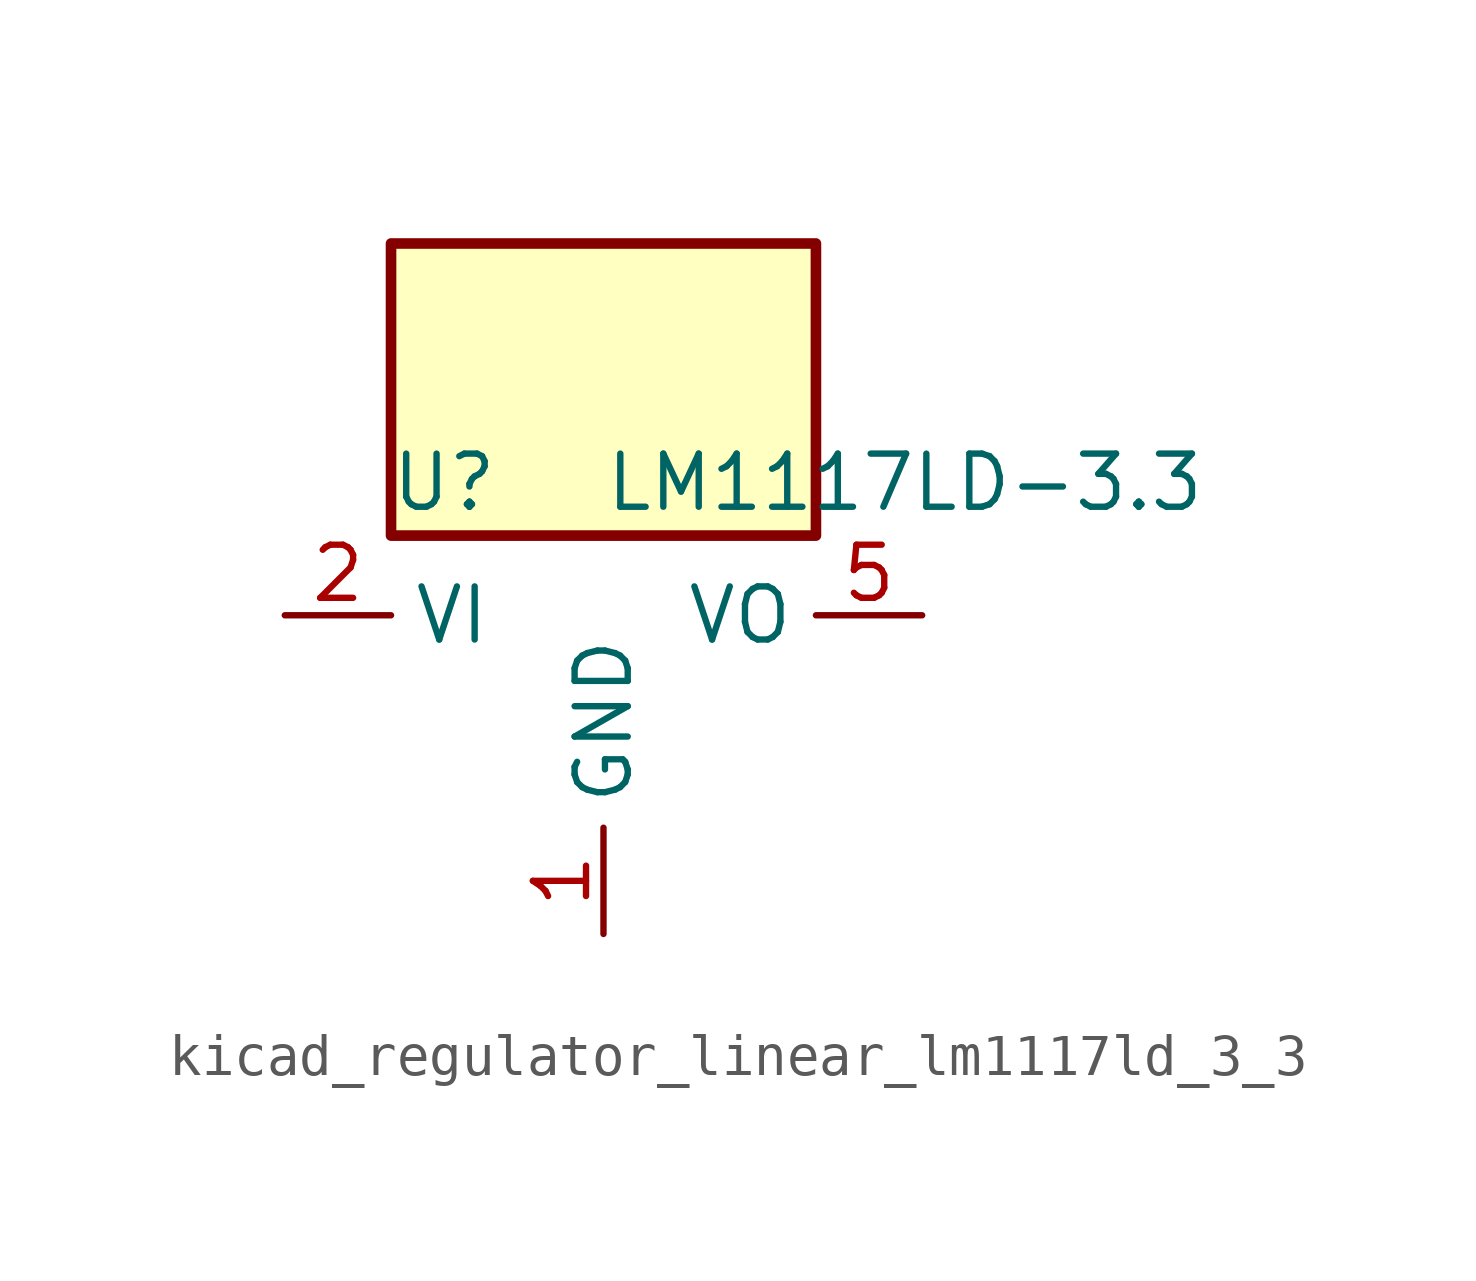
<source format=kicad_sym>
(kicad_symbol_lib
  (version 20220914)
  (generator kicad_symbol_editor)
  (symbol "kicad_regulator_linear_lm1117ld_3_3"
    (property "Reference" "U"
      (at -3.81 3.175 0)
      (effects (font (size 1.27 1.27))))
    (property "Value" "LM1117LD-3.3"
      (at 0 3.175 0)
      (effects (font (size 1.27 1.27)) (justify left)))
    (symbol "kicad_regulator_linear_lm1117ld_3_3_0_1"
      (rectangle (start 5.08 8.89) (end -5.08 1.905) (stroke (width 0.254) (type default)) (fill (type background))))
    (symbol "kicad_regulator_linear_lm1117ld_3_3_1_1"
      (pin power_in line (at 0 -7.62 90) (length 2.54) (name "GND" (effects (font (size 1.27 1.27)))) (number "1" (effects (font (size 1.27 1.27)))))
      (pin power_in line (at -7.62 0 0) (length 2.54) (name "VI" (effects (font (size 1.27 1.27)))) (number "2" (effects (font (size 1.27 1.27)))))
      (pin passive line (at -7.62 0 0) (length 2.54) hide (name "VI" (effects (font (size 1.27 1.27)))) (number "3" (effects (font (size 1.27 1.27)))))
      (pin passive line (at -7.62 0 0) (length 2.54) hide (name "VI" (effects (font (size 1.27 1.27)))) (number "4" (effects (font (size 1.27 1.27)))))
      (pin power_out line (at 7.62 0 180) (length 2.54) (name "VO" (effects (font (size 1.27 1.27)))) (number "5" (effects (font (size 1.27 1.27)))))
      (pin passive line (at 7.62 0 180) (length 2.54) hide (name "VO" (effects (font (size 1.27 1.27)))) (number "6" (effects (font (size 1.27 1.27)))))
      (pin passive line (at 7.62 0 180) (length 2.54) hide (name "VO" (effects (font (size 1.27 1.27)))) (number "7" (effects (font (size 1.27 1.27)))))
      (pin no_connect line (at 5.08 -2.54 180) (length 2.54) hide (name "NC" (effects (font (size 1.27 1.27)))) (number "8" (effects (font (size 1.27 1.27)))))
      (pin passive line (at 7.62 0 180) (length 2.54) hide (name "VO" (effects (font (size 1.27 1.27)))) (number "9" (effects (font (size 1.27 1.27))))))))
</source>
